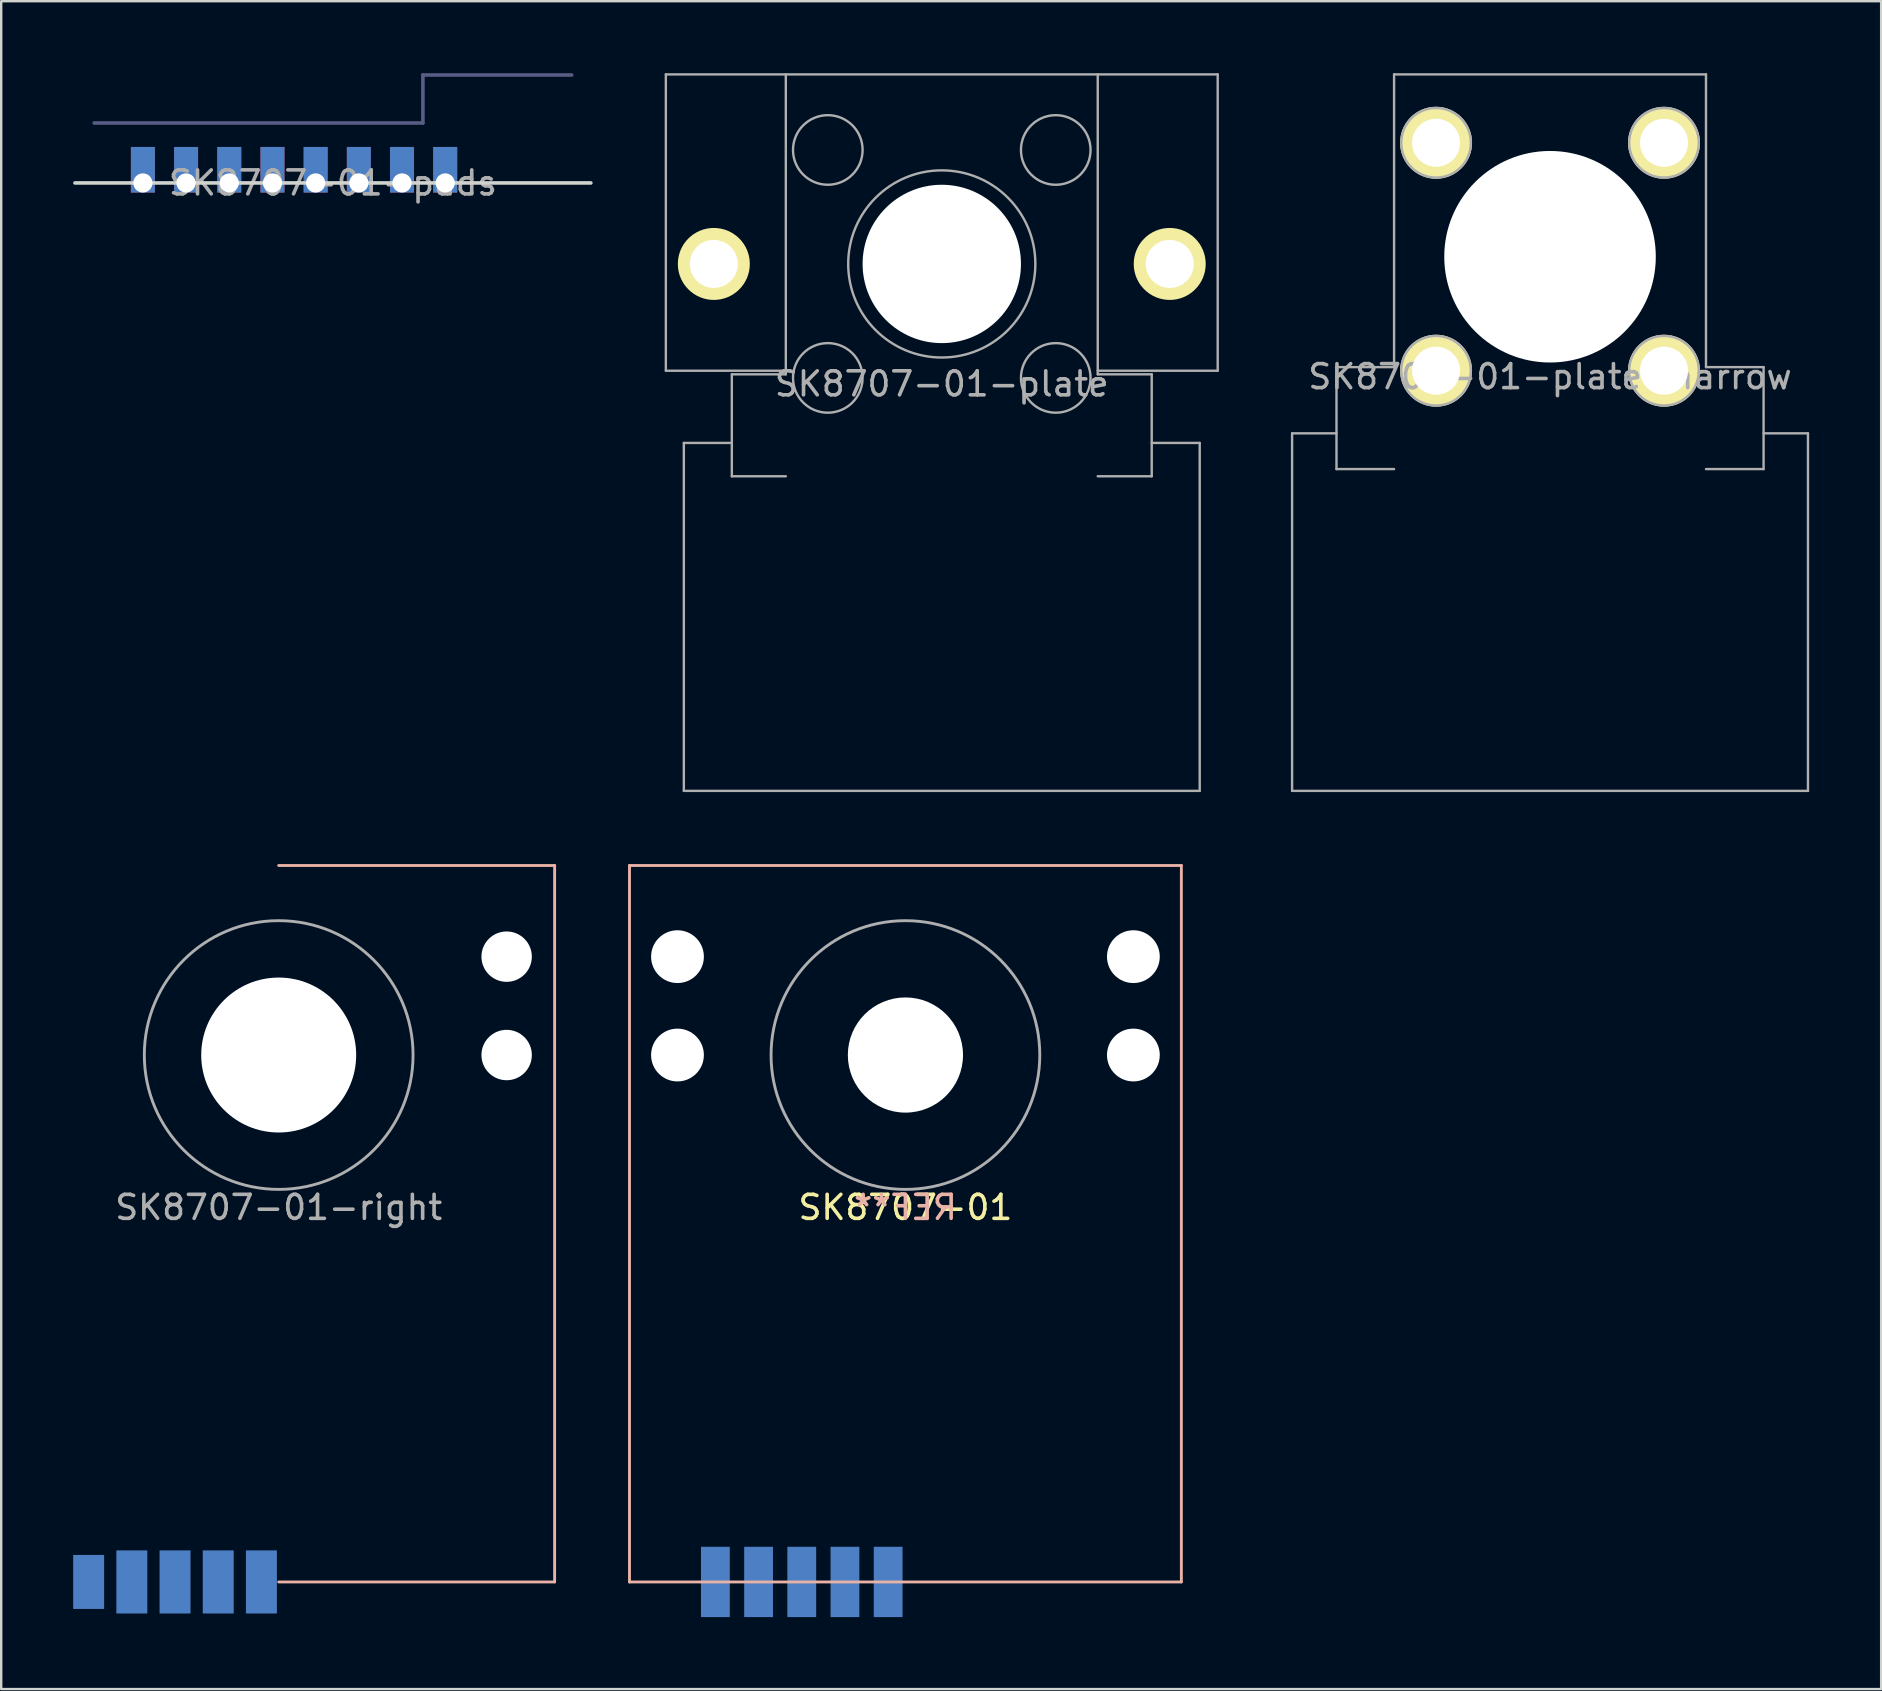
<source format=kicad_pcb>
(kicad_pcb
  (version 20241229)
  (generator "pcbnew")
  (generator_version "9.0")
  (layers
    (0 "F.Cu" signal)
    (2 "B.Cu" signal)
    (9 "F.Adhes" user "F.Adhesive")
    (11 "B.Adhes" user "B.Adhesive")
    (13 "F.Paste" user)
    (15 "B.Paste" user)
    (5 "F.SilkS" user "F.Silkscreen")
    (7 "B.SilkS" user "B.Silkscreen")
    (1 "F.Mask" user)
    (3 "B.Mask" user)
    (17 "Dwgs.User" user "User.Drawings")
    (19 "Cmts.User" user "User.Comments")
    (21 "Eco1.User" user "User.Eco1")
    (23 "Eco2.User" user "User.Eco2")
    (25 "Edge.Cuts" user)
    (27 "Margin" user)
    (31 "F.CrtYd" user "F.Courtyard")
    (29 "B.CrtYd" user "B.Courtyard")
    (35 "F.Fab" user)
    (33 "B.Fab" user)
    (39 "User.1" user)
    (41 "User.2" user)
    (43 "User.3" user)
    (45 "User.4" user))
  (footprint "SK8707-01-pads"
    (layer "F.Cu")
    (at 10.825 4.575)
    (property "Reference" "SK8707-01-pads" (at 0 0 0) (layer "F.Fab") (effects (font (size 1 1) (thickness 0.15))))
    (attr through_hole)
    (fp_line (start -10.75 0) (end 10.75 0) (stroke (width 0.15) (type solid)) (layer "Edge.Cuts"))
    (fp_line (start -9.95 -2.5) (end 3.75 -2.5) (stroke (width 0.15) (type solid)) (layer "B.Fab"))
    (fp_line (start 3.75 -4.5) (end 3.75 -2.5) (stroke (width 0.15) (type solid)) (layer "B.Fab"))
    (fp_line (start 9.95 -4.5) (end 3.75 -4.5) (stroke (width 0.15) (type solid)) (layer "B.Fab"))
    (pad "1" thru_hole rect (at -7.92 0) (size 1 1.9) (drill 0.8 (offset 0 -0.55)) (layers "*.Cu" "*.Mask"))
    (pad "2" thru_hole rect (at -6.12 0) (size 1 1.9) (drill 0.8 (offset 0 -0.55)) (layers "*.Cu" "*.Mask"))
    (pad "3" thru_hole rect (at -4.32 0) (size 1 1.9) (drill 0.8 (offset 0 -0.55)) (layers "*.Cu" "*.Mask"))
    (pad "4" thru_hole rect (at -2.52 0) (size 1 1.9) (drill 0.8 (offset 0 -0.55)) (layers "*.Cu" "*.Mask"))
    (pad "5" thru_hole rect (at -0.72 0) (size 1 1.9) (drill 0.8 (offset 0 -0.55)) (layers "*.Cu" "*.Mask"))
    (pad "6" thru_hole rect (at 1.08 0) (size 1 1.9) (drill 0.8 (offset 0 -0.55)) (layers "*.Cu" "*.Mask"))
    (pad "7" thru_hole rect (at 2.88 0) (size 1 1.9) (drill 0.8 (offset 0 -0.55)) (layers "*.Cu" "*.Mask"))
    (pad "8" thru_hole rect (at 4.68 0) (size 1 1.9) (drill 0.8 (offset 0 -0.55)) (layers "*.Cu" "*.Mask")))
  (footprint "SK8707-01-plate"
    (layer "F.Cu")
    (at 36.2 7.95)
    (property "Reference" "SK8707-01-plate" (at 0 5 0) (layer "F.Fab") (effects (font (size 1 1) (thickness 0.15))))
    (attr through_hole)
    (fp_line (start -11.5 4.45) (end -11.5 -7.9) (stroke (width 0.1) (type solid)) (layer "F.Fab"))
    (fp_line (start -10.75 21.96) (end -10.75 7.46) (stroke (width 0.1) (type solid)) (layer "F.Fab"))
    (fp_line (start -10.75 21.96) (end 10.75 21.96) (stroke (width 0.1) (type solid)) (layer "F.Fab"))
    (fp_line (start -8.75 4.6) (end -8.75 8.85) (stroke (width 0.1) (type solid)) (layer "F.Fab"))
    (fp_line (start -8.75 7.46) (end -10.75 7.46) (stroke (width 0.1) (type solid)) (layer "F.Fab"))
    (fp_line (start -6.5 4.45) (end -11.5 4.45) (stroke (width 0.1) (type solid)) (layer "F.Fab"))
    (fp_line (start -6.5 4.6) (end -8.75 4.6) (stroke (width 0.1) (type solid)) (layer "F.Fab"))
    (fp_line (start -6.5 4.6) (end -6.5 -7.9) (stroke (width 0.1) (type solid)) (layer "F.Fab"))
    (fp_line (start -6.5 8.85) (end -8.75 8.85) (stroke (width 0.1) (type solid)) (layer "F.Fab"))
    (fp_line (start -1.2 -1.2) (end -1.2 1.2) (stroke (width 0.1) (type solid)) (layer "F.Fab"))
    (fp_line (start 1.2 -1.2) (end -1.2 -1.2) (stroke (width 0.1) (type solid)) (layer "F.Fab"))
    (fp_line (start 1.2 1.2) (end -1.2 1.2) (stroke (width 0.1) (type solid)) (layer "F.Fab"))
    (fp_line (start 1.2 1.2) (end 1.2 -1.2) (stroke (width 0.1) (type solid)) (layer "F.Fab"))
    (fp_line (start 6.5 4.45) (end 11.5 4.45) (stroke (width 0.1) (type solid)) (layer "F.Fab"))
    (fp_line (start 6.5 4.6) (end 6.5 -7.9) (stroke (width 0.1) (type solid)) (layer "F.Fab"))
    (fp_line (start 8.75 4.6) (end 6.5 4.6) (stroke (width 0.1) (type solid)) (layer "F.Fab"))
    (fp_line (start 8.75 4.6) (end 8.75 8.85) (stroke (width 0.1) (type solid)) (layer "F.Fab"))
    (fp_line (start 8.75 7.46) (end 10.75 7.46) (stroke (width 0.1) (type solid)) (layer "F.Fab"))
    (fp_line (start 8.75 8.85) (end 6.5 8.85) (stroke (width 0.1) (type solid)) (layer "F.Fab"))
    (fp_line (start 10.75 21.96) (end 10.75 7.46) (stroke (width 0.1) (type solid)) (layer "F.Fab"))
    (fp_line (start 11.5 -7.9) (end -11.5 -7.9) (stroke (width 0.1) (type solid)) (layer "F.Fab"))
    (fp_line (start 11.5 4.45) (end 11.5 -7.9) (stroke (width 0.1) (type solid)) (layer "F.Fab"))
    (fp_circle (center -4.75 -4.75) (end -3.3 -4.75) (stroke (width 0.1) (type solid)) (fill no) (layer "F.Fab"))
    (fp_circle (center -4.75 4.75) (end -3.3 4.75) (stroke (width 0.1) (type solid)) (fill no) (layer "F.Fab"))
    (fp_circle (center 0 0) (end 3.9 0) (stroke (width 0.1) (type solid)) (fill no) (layer "F.Fab"))
    (fp_circle (center 4.75 -4.75) (end 6.2 -4.75) (stroke (width 0.1) (type solid)) (fill no) (layer "F.Fab"))
    (fp_circle (center 4.75 4.75) (end 6.2 4.75) (stroke (width 0.1) (type solid)) (fill no) (layer "F.Fab"))
    (pad "" np_thru_hole circle (at -9.5 0) (size 2 2) (drill 2) (layers "*.Cu" "*.Mask"))
    (pad "" smd circle (at -9.5 0) (size 3 3) (layers "F.SilkS"))
    (pad "" np_thru_hole circle (at 0 0) (size 6.6 6.6) (drill 6.6) (layers "*.Cu" "*.Mask"))
    (pad "" np_thru_hole circle (at 9.5 0) (size 2 2) (drill 2) (layers "*.Cu" "*.Mask"))
    (pad "" smd circle (at 9.5 0) (size 3 3) (layers "F.SilkS")))
  (footprint "SK8707-01-plate-narrow"
    (layer "F.Cu")
    (at 61.55 7.65)
    (property "Reference" "SK8707-01-plate-narrow" (at 0 5 0) (layer "F.Fab") (effects (font (size 1 1) (thickness 0.15))))
    (attr through_hole)
    (fp_line (start -10.75 22.26) (end -10.75 7.36) (stroke (width 0.1) (type solid)) (layer "F.Fab"))
    (fp_line (start -10.75 22.26) (end 10.75 22.26) (stroke (width 0.1) (type solid)) (layer "F.Fab"))
    (fp_line (start -8.9 4.6) (end -8.9 8.85) (stroke (width 0.1) (type solid)) (layer "F.Fab"))
    (fp_line (start -8.9 7.36) (end -10.75 7.36) (stroke (width 0.1) (type solid)) (layer "F.Fab"))
    (fp_line (start -6.5 4.6) (end -8.9 4.6) (stroke (width 0.1) (type solid)) (layer "F.Fab"))
    (fp_line (start -6.5 4.6) (end -6.5 -7.6) (stroke (width 0.1) (type solid)) (layer "F.Fab"))
    (fp_line (start -6.5 8.85) (end -8.9 8.85) (stroke (width 0.1) (type solid)) (layer "F.Fab"))
    (fp_line (start -1.2 -1.2) (end -1.2 1.2) (stroke (width 0.1) (type solid)) (layer "F.Fab"))
    (fp_line (start 1.2 -1.2) (end -1.2 -1.2) (stroke (width 0.1) (type solid)) (layer "F.Fab"))
    (fp_line (start 1.2 1.2) (end -1.2 1.2) (stroke (width 0.1) (type solid)) (layer "F.Fab"))
    (fp_line (start 1.2 1.2) (end 1.2 -1.2) (stroke (width 0.1) (type solid)) (layer "F.Fab"))
    (fp_line (start 6.5 -7.6) (end -6.5 -7.6) (stroke (width 0.1) (type solid)) (layer "F.Fab"))
    (fp_line (start 6.5 4.6) (end 6.5 -7.6) (stroke (width 0.1) (type solid)) (layer "F.Fab"))
    (fp_line (start 8.9 4.6) (end 6.5 4.6) (stroke (width 0.1) (type solid)) (layer "F.Fab"))
    (fp_line (start 8.9 4.6) (end 8.9 8.85) (stroke (width 0.1) (type solid)) (layer "F.Fab"))
    (fp_line (start 8.9 7.36) (end 10.75 7.36) (stroke (width 0.1) (type solid)) (layer "F.Fab"))
    (fp_line (start 8.9 8.85) (end 6.5 8.85) (stroke (width 0.1) (type solid)) (layer "F.Fab"))
    (fp_line (start 10.75 22.26) (end 10.75 7.36) (stroke (width 0.1) (type solid)) (layer "F.Fab"))
    (fp_circle (center -4.75 -4.75) (end -3.3 -4.75) (stroke (width 0.1) (type solid)) (fill no) (layer "F.Fab"))
    (fp_circle (center -4.75 4.75) (end -3.3 4.75) (stroke (width 0.1) (type solid)) (fill no) (layer "F.Fab"))
    (fp_circle (center 0 0) (end 3.9 0) (stroke (width 0.1) (type solid)) (fill no) (layer "F.Fab"))
    (fp_circle (center 4.75 -4.75) (end 6.2 -4.75) (stroke (width 0.1) (type solid)) (fill no) (layer "F.Fab"))
    (fp_circle (center 4.75 4.75) (end 6.2 4.75) (stroke (width 0.1) (type solid)) (fill no) (layer "F.Fab"))
    (pad "" np_thru_hole circle (at -4.75 -4.75) (size 2 2) (drill 2) (layers "*.Cu" "*.Mask"))
    (pad "" smd circle (at -4.75 -4.75) (size 3 3) (layers "F.SilkS"))
    (pad "" np_thru_hole circle (at -4.75 4.75) (size 2 2) (drill 2) (layers "*.Cu" "*.Mask"))
    (pad "" smd circle (at -4.75 4.75) (size 3 3) (layers "F.SilkS"))
    (pad "" np_thru_hole circle (at 0 0) (size 8.816 8.816) (drill 8.816) (layers "*.Cu" "*.Mask"))
    (pad "" np_thru_hole circle (at 4.75 -4.75) (size 2 2) (drill 2) (layers "*.Cu" "*.Mask"))
    (pad "" smd circle (at 4.75 -4.75) (size 3 3) (layers "F.SilkS"))
    (pad "" np_thru_hole circle (at 4.75 4.75) (size 2 2) (drill 2) (layers "*.Cu" "*.Mask"))
    (pad "" smd circle (at 4.75 4.75) (size 3 3) (layers "F.SilkS")))
  (footprint "SK8707-01-right"
    (layer "F.Cu")
    (at 8.565 40.92)
    (property "Reference" "SK8707-01-right" (at 0 6.35 0) (layer "F.Fab") (effects (font (size 1 1) (thickness 0.15))))
    (attr through_hole)
    (fp_line (start 0 -7.9) (end 11.5 -7.9) (stroke (width 0.12) (type solid)) (layer "B.SilkS"))
    (fp_line (start 11.5 21.96) (end 0 21.96) (stroke (width 0.12) (type solid)) (layer "B.SilkS"))
    (fp_line (start 11.5 21.96) (end 11.5 -7.9) (stroke (width 0.12) (type solid)) (layer "B.SilkS"))
    (fp_line (start -1.2 -1.2) (end -1.2 1.2) (stroke (width 0.12) (type solid)) (layer "F.Fab"))
    (fp_line (start 1.2 -1.2) (end -1.2 -1.2) (stroke (width 0.12) (type solid)) (layer "F.Fab"))
    (fp_line (start 1.2 1.2) (end -1.2 1.2) (stroke (width 0.12) (type solid)) (layer "F.Fab"))
    (fp_line (start 1.2 1.2) (end 1.2 -1.2) (stroke (width 0.12) (type solid)) (layer "F.Fab"))
    (fp_circle (center 0 0) (end 5.6 0) (stroke (width 0.12) (type solid)) (fill no) (layer "F.Fab"))
    (pad "" np_thru_hole circle (at 0 0) (size 6.458 6.458) (drill 6.458) (layers "*.Cu" "*.Mask"))
    (pad "" np_thru_hole circle (at 9.5 -4.1) (size 2.1 2.1) (drill 2.2) (layers "*.Cu" "*.Mask"))
    (pad "" np_thru_hole circle (at 9.5 0) (size 2.1 2.1) (drill 2.2) (layers "*.Cu" "*.Mask"))
    (pad "1" smd rect (at -7.92 21.96) (size 1.29 2.25) (layers "B.Cu" "B.Mask" "B.Paste"))
    (pad "2" smd rect (at -6.12 21.96) (size 1.29 2.63) (layers "B.Cu" "B.Mask" "B.Paste"))
    (pad "3" smd rect (at -4.32 21.96) (size 1.29 2.63) (layers "B.Cu" "B.Mask" "B.Paste"))
    (pad "4" smd rect (at -2.52 21.96) (size 1.29 2.63) (layers "B.Cu" "B.Mask" "B.Paste"))
    (pad "5" smd rect (at -0.72 21.96) (size 1.29 2.63) (layers "B.Cu" "B.Mask" "B.Paste")))
  (footprint "SK8707-01"
    (layer "F.Cu")
    (at 34.685 40.92)
    (property "Reference" "SK8707-01" (at 0 6.35 0) (layer "F.SilkS") (effects (font (size 1 1) (thickness 0.15))))
    (attr through_hole)
    (fp_line (start -11.5 -7.9) (end -11.5 21.96) (stroke (width 0.12) (type solid)) (layer "B.SilkS"))
    (fp_line (start -11.5 -7.9) (end 11.5 -7.9) (stroke (width 0.12) (type solid)) (layer "B.SilkS"))
    (fp_line (start 11.5 21.96) (end -11.5 21.96) (stroke (width 0.12) (type solid)) (layer "B.SilkS"))
    (fp_line (start 11.5 21.96) (end 11.5 -7.9) (stroke (width 0.12) (type solid)) (layer "B.SilkS"))
    (fp_line (start -1.2 -1.2) (end -1.2 1.2) (stroke (width 0.12) (type solid)) (layer "F.Fab"))
    (fp_line (start 1.2 -1.2) (end -1.2 -1.2) (stroke (width 0.12) (type solid)) (layer "F.Fab"))
    (fp_line (start 1.2 1.2) (end -1.2 1.2) (stroke (width 0.12) (type solid)) (layer "F.Fab"))
    (fp_line (start 1.2 1.2) (end 1.2 -1.2) (stroke (width 0.12) (type solid)) (layer "F.Fab"))
    (fp_circle (center 0 0) (end 5.6 0) (stroke (width 0.12) (type solid)) (fill no) (layer "F.Fab"))
    (fp_text user "REF**" (at 0 6.35 0) (layer "B.SilkS") (effects (font (size 1 1) (thickness 0.15)) (justify mirror)))
    (pad "" np_thru_hole circle (at -9.5 -4.1) (size 2.2 2.2) (drill 2.2) (layers "*.Cu" "*.Mask"))
    (pad "" np_thru_hole circle (at -9.5 0) (size 2.2 2.2) (drill 2.2) (layers "*.Cu" "*.Mask"))
    (pad "" np_thru_hole circle (at 0 0) (size 4.8 4.8) (drill 4.8) (layers "*.Cu" "*.Mask"))
    (pad "" np_thru_hole circle (at 9.5 -4.1) (size 2.2 2.2) (drill 2.2) (layers "*.Cu" "*.Mask"))
    (pad "" np_thru_hole circle (at 9.5 0) (size 2.2 2.2) (drill 2.2) (layers "*.Cu" "*.Mask"))
    (pad "1" smd rect (at -7.92 21.96) (size 1.2 2.93) (layers "B.Cu" "B.Mask" "B.Paste"))
    (pad "2" smd rect (at -6.12 21.96) (size 1.2 2.93) (layers "B.Cu" "B.Mask" "B.Paste"))
    (pad "3" smd rect (at -4.32 21.96) (size 1.2 2.93) (layers "B.Cu" "B.Mask" "B.Paste"))
    (pad "4" smd rect (at -2.52 21.96) (size 1.2 2.93) (layers "B.Cu" "B.Mask" "B.Paste"))
    (pad "5" smd rect (at -0.72 21.96) (size 1.2 2.93) (layers "B.Cu" "B.Mask" "B.Paste")))
  (gr_rect
    (start -3 -3)
    (end 75.35 67.345)
    (stroke (width 0.1) (type default))
    (fill no)
    (layer "Edge.Cuts")))
</source>
